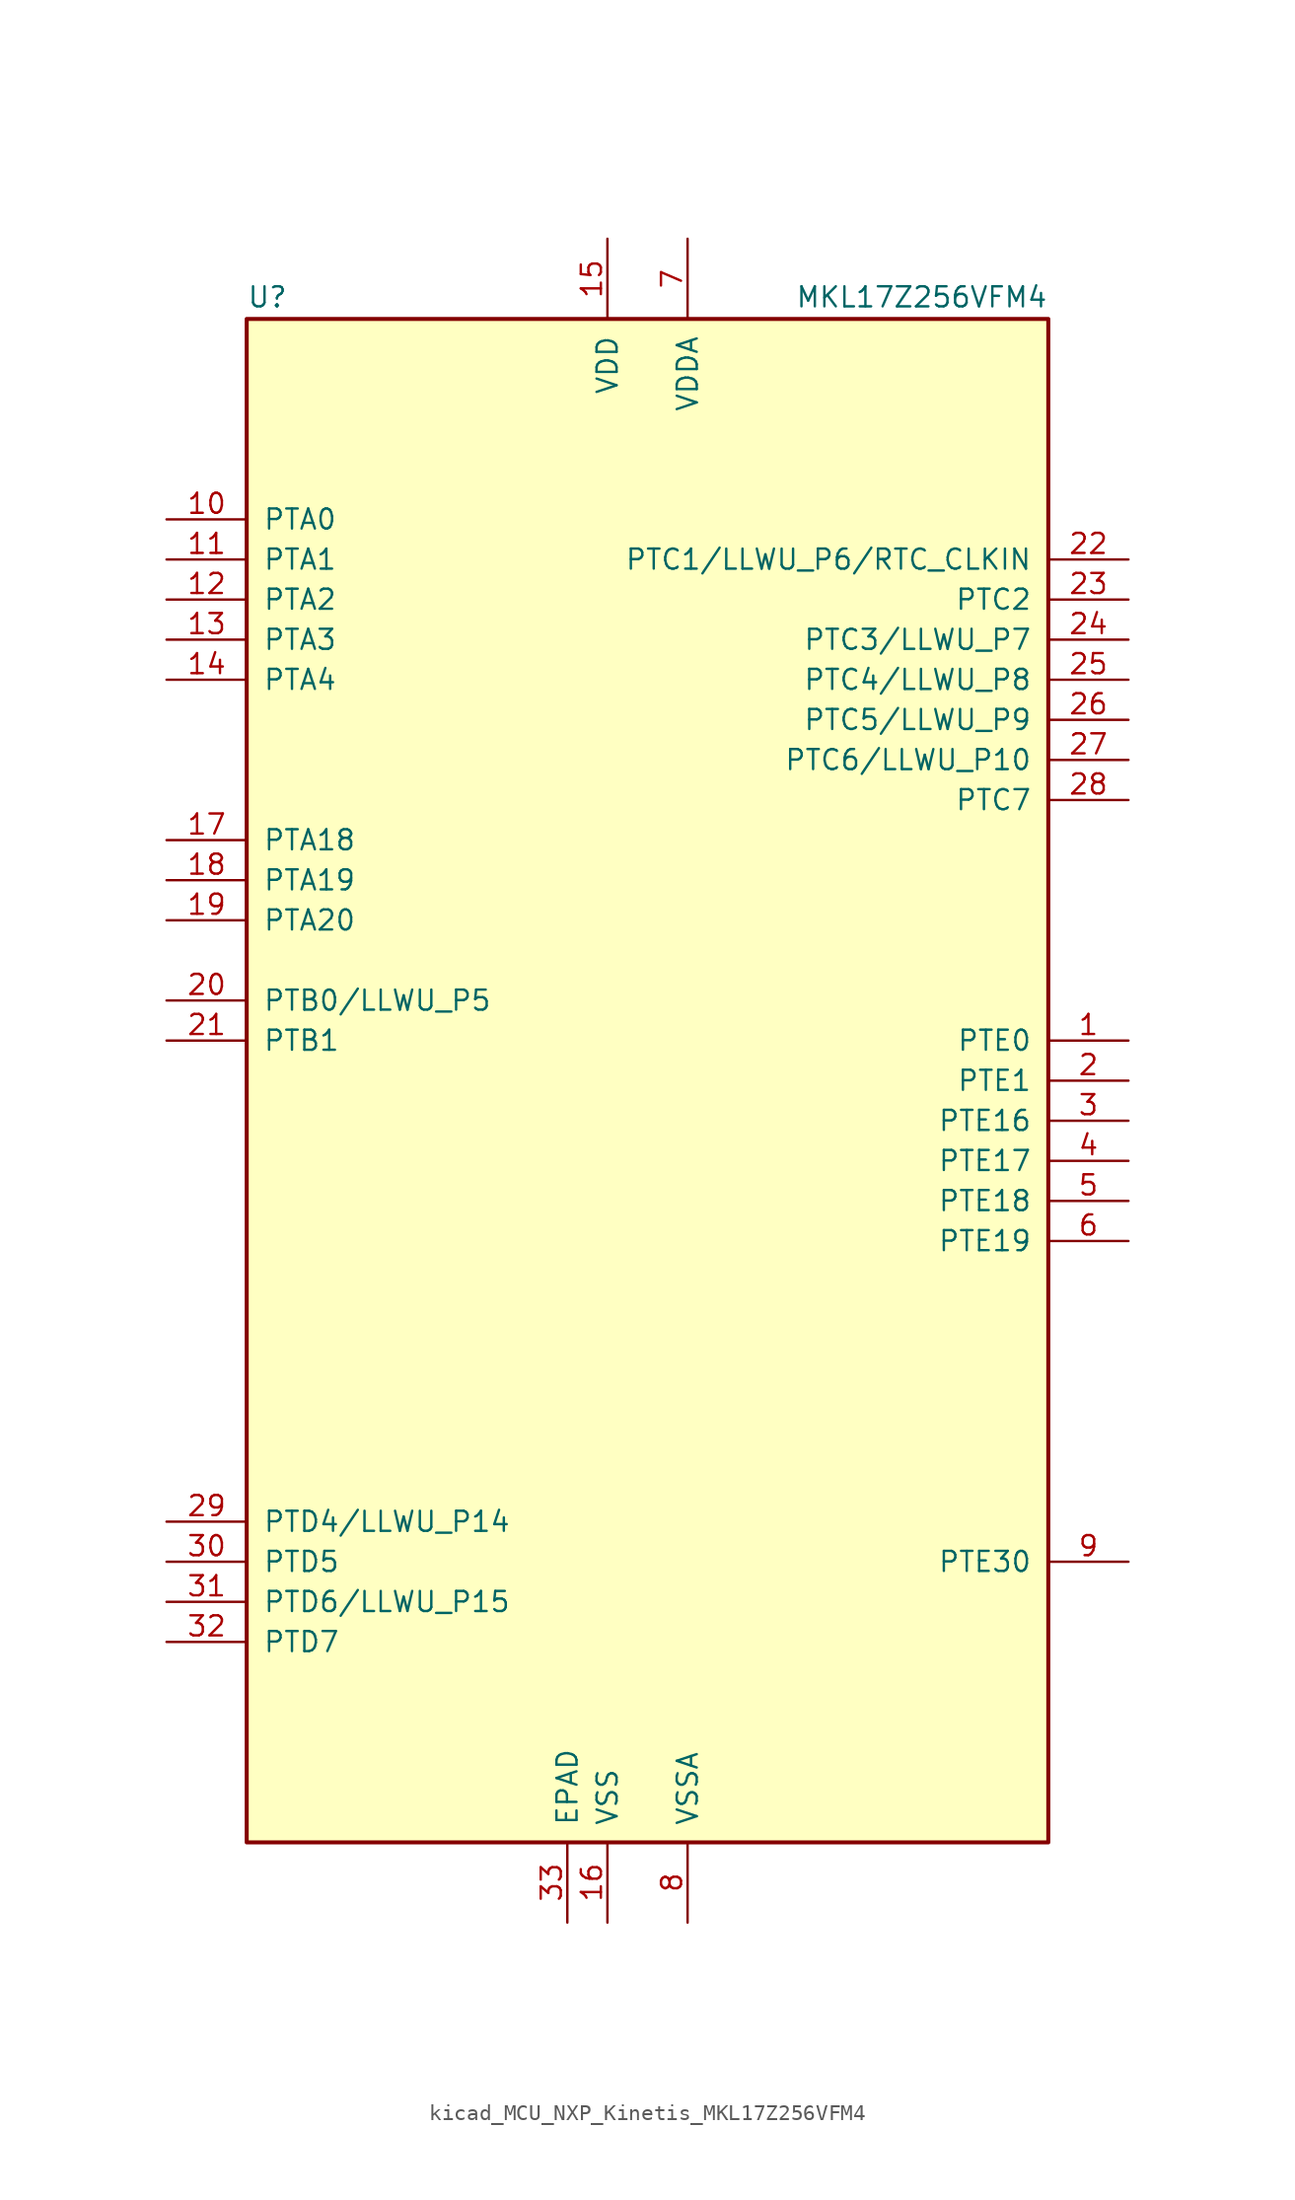
<source format=kicad_sym>
(kicad_symbol_lib
  (version 20220914)
  (generator kicad_symbol_editor)
  (symbol "kicad_MCU_NXP_Kinetis_MKL17Z256VFM4"
    (pin_names
      (offset 1.016))
    (property "Reference" "U"
      (at -25.4 48.895 0)
      (effects (font (size 1.27 1.27)) (justify left bottom)))
    (property "Value" "MKL17Z256VFM4"
      (at 25.4 48.895 0)
      (effects (font (size 1.27 1.27)) (justify right bottom)))
    (symbol "kicad_MCU_NXP_Kinetis_MKL17Z256VFM4_0_1"
      (rectangle (start -25.4 48.26) (end 25.4 -48.26) (stroke (width 0.254) (type default)) (fill (type background))))
    (symbol "kicad_MCU_NXP_Kinetis_MKL17Z256VFM4_1_1"
      (pin bidirectional line (at 30.48 2.54 180) (length 5.08) (name "PTE0" (effects (font (size 1.27 1.27)))) (number "1" (effects (font (size 1.27 1.27)))))
      (pin bidirectional line (at -30.48 35.56 0) (length 5.08) (name "PTA0" (effects (font (size 1.27 1.27)))) (number "10" (effects (font (size 1.27 1.27)))))
      (pin bidirectional line (at -30.48 33.02 0) (length 5.08) (name "PTA1" (effects (font (size 1.27 1.27)))) (number "11" (effects (font (size 1.27 1.27)))))
      (pin bidirectional line (at -30.48 30.48 0) (length 5.08) (name "PTA2" (effects (font (size 1.27 1.27)))) (number "12" (effects (font (size 1.27 1.27)))))
      (pin bidirectional line (at -30.48 27.94 0) (length 5.08) (name "PTA3" (effects (font (size 1.27 1.27)))) (number "13" (effects (font (size 1.27 1.27)))))
      (pin bidirectional line (at -30.48 25.4 0) (length 5.08) (name "PTA4" (effects (font (size 1.27 1.27)))) (number "14" (effects (font (size 1.27 1.27)))))
      (pin power_in line (at -2.54 53.34 270) (length 5.08) (name "VDD" (effects (font (size 1.27 1.27)))) (number "15" (effects (font (size 1.27 1.27)))))
      (pin power_in line (at -2.54 -53.34 90) (length 5.08) (name "VSS" (effects (font (size 1.27 1.27)))) (number "16" (effects (font (size 1.27 1.27)))))
      (pin bidirectional line (at -30.48 15.24 0) (length 5.08) (name "PTA18" (effects (font (size 1.27 1.27)))) (number "17" (effects (font (size 1.27 1.27)))))
      (pin bidirectional line (at -30.48 12.7 0) (length 5.08) (name "PTA19" (effects (font (size 1.27 1.27)))) (number "18" (effects (font (size 1.27 1.27)))))
      (pin bidirectional line (at -30.48 10.16 0) (length 5.08) (name "PTA20" (effects (font (size 1.27 1.27)))) (number "19" (effects (font (size 1.27 1.27)))))
      (pin bidirectional line (at 30.48 0 180) (length 5.08) (name "PTE1" (effects (font (size 1.27 1.27)))) (number "2" (effects (font (size 1.27 1.27)))))
      (pin bidirectional line (at -30.48 5.08 0) (length 5.08) (name "PTB0/LLWU_P5" (effects (font (size 1.27 1.27)))) (number "20" (effects (font (size 1.27 1.27)))))
      (pin bidirectional line (at -30.48 2.54 0) (length 5.08) (name "PTB1" (effects (font (size 1.27 1.27)))) (number "21" (effects (font (size 1.27 1.27)))))
      (pin bidirectional line (at 30.48 33.02 180) (length 5.08) (name "PTC1/LLWU_P6/RTC_CLKIN" (effects (font (size 1.27 1.27)))) (number "22" (effects (font (size 1.27 1.27)))))
      (pin bidirectional line (at 30.48 30.48 180) (length 5.08) (name "PTC2" (effects (font (size 1.27 1.27)))) (number "23" (effects (font (size 1.27 1.27)))))
      (pin bidirectional line (at 30.48 27.94 180) (length 5.08) (name "PTC3/LLWU_P7" (effects (font (size 1.27 1.27)))) (number "24" (effects (font (size 1.27 1.27)))))
      (pin bidirectional line (at 30.48 25.4 180) (length 5.08) (name "PTC4/LLWU_P8" (effects (font (size 1.27 1.27)))) (number "25" (effects (font (size 1.27 1.27)))))
      (pin bidirectional line (at 30.48 22.86 180) (length 5.08) (name "PTC5/LLWU_P9" (effects (font (size 1.27 1.27)))) (number "26" (effects (font (size 1.27 1.27)))))
      (pin bidirectional line (at 30.48 20.32 180) (length 5.08) (name "PTC6/LLWU_P10" (effects (font (size 1.27 1.27)))) (number "27" (effects (font (size 1.27 1.27)))))
      (pin bidirectional line (at 30.48 17.78 180) (length 5.08) (name "PTC7" (effects (font (size 1.27 1.27)))) (number "28" (effects (font (size 1.27 1.27)))))
      (pin bidirectional line (at -30.48 -27.94 0) (length 5.08) (name "PTD4/LLWU_P14" (effects (font (size 1.27 1.27)))) (number "29" (effects (font (size 1.27 1.27)))))
      (pin bidirectional line (at 30.48 -2.54 180) (length 5.08) (name "PTE16" (effects (font (size 1.27 1.27)))) (number "3" (effects (font (size 1.27 1.27)))))
      (pin bidirectional line (at -30.48 -30.48 0) (length 5.08) (name "PTD5" (effects (font (size 1.27 1.27)))) (number "30" (effects (font (size 1.27 1.27)))))
      (pin bidirectional line (at -30.48 -33.02 0) (length 5.08) (name "PTD6/LLWU_P15" (effects (font (size 1.27 1.27)))) (number "31" (effects (font (size 1.27 1.27)))))
      (pin bidirectional line (at -30.48 -35.56 0) (length 5.08) (name "PTD7" (effects (font (size 1.27 1.27)))) (number "32" (effects (font (size 1.27 1.27)))))
      (pin power_in line (at -5.08 -53.34 90) (length 5.08) (name "EPAD" (effects (font (size 1.27 1.27)))) (number "33" (effects (font (size 1.27 1.27)))))
      (pin bidirectional line (at 30.48 -5.08 180) (length 5.08) (name "PTE17" (effects (font (size 1.27 1.27)))) (number "4" (effects (font (size 1.27 1.27)))))
      (pin bidirectional line (at 30.48 -7.62 180) (length 5.08) (name "PTE18" (effects (font (size 1.27 1.27)))) (number "5" (effects (font (size 1.27 1.27)))))
      (pin bidirectional line (at 30.48 -10.16 180) (length 5.08) (name "PTE19" (effects (font (size 1.27 1.27)))) (number "6" (effects (font (size 1.27 1.27)))))
      (pin power_in line (at 2.54 53.34 270) (length 5.08) (name "VDDA" (effects (font (size 1.27 1.27)))) (number "7" (effects (font (size 1.27 1.27)))))
      (pin power_in line (at 2.54 -53.34 90) (length 5.08) (name "VSSA" (effects (font (size 1.27 1.27)))) (number "8" (effects (font (size 1.27 1.27)))))
      (pin bidirectional line (at 30.48 -30.48 180) (length 5.08) (name "PTE30" (effects (font (size 1.27 1.27)))) (number "9" (effects (font (size 1.27 1.27))))))))
</source>
